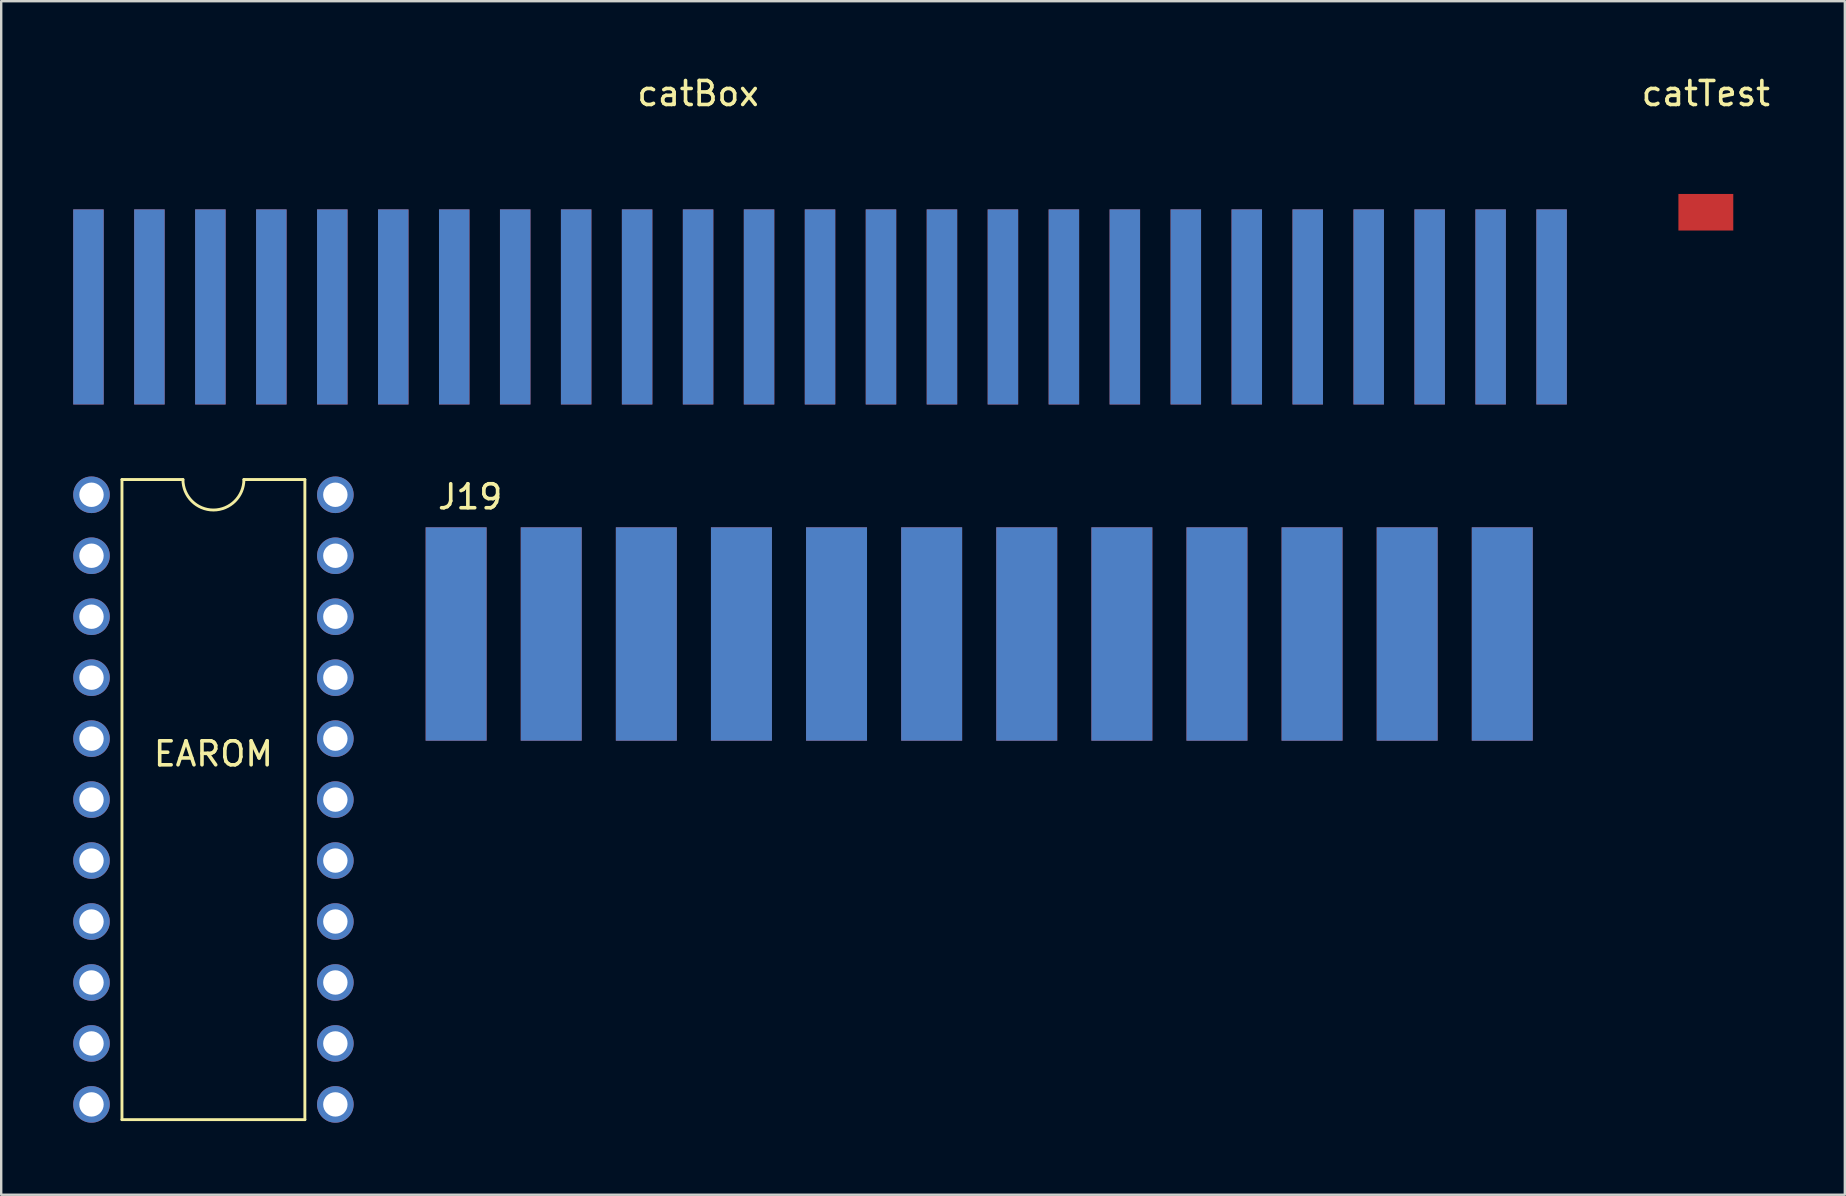
<source format=kicad_pcb>
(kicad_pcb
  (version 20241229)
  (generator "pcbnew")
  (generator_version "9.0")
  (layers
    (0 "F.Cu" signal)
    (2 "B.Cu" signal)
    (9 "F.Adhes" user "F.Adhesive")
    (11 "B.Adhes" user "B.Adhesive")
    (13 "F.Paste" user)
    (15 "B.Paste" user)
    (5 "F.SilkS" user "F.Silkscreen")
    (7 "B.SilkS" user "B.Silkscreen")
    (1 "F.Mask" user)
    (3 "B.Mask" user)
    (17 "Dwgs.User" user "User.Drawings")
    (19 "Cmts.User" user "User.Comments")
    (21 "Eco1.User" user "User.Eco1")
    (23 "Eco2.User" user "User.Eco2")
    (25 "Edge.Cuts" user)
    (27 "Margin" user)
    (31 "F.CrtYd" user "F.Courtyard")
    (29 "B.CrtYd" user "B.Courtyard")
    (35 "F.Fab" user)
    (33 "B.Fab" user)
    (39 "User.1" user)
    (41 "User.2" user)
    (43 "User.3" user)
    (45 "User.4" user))
  (footprint "EAROM"
    (layer "F.Cu")
    (at 5.842 30.264)
    (property "Reference" "EAROM" (at 0 -1.905 0) (unlocked yes) (layer "F.SilkS") (effects (font (size 1 1) (thickness 0.15))))
    (attr smd)
    (fp_line (start -3.81 -13.335) (end -1.27 -13.335) (stroke (width 0.12) (type solid)) (layer "F.SilkS"))
    (fp_line (start -3.81 13.335) (end -3.81 -13.335) (stroke (width 0.12) (type solid)) (layer "F.SilkS"))
    (fp_line (start 3.81 -13.335) (end 1.27 -13.335) (stroke (width 0.12) (type solid)) (layer "F.SilkS"))
    (fp_line (start 3.81 -13.335) (end 3.81 13.335) (stroke (width 0.12) (type solid)) (layer "F.SilkS"))
    (fp_line (start 3.81 13.335) (end -3.81 13.335) (stroke (width 0.12) (type solid)) (layer "F.SilkS"))
    (fp_arc (start 1.27 -13.335) (mid 0 -12.065) (end -1.27 -13.335) (stroke (width 0.12) (type solid)) (layer "F.SilkS"))
    (pad "1" thru_hole circle (at -5.08 -12.7) (size 1.524 1.524) (drill 1.016) (layers "*.Cu" "*.Mask"))
    (pad "2" thru_hole circle (at -5.08 -10.16) (size 1.524 1.524) (drill 1.016) (layers "*.Cu" "*.Mask"))
    (pad "3" thru_hole circle (at -5.08 -7.62) (size 1.524 1.524) (drill 1.016) (layers "*.Cu" "*.Mask"))
    (pad "4" thru_hole circle (at -5.08 -5.08) (size 1.524 1.524) (drill 1.016) (layers "*.Cu" "*.Mask"))
    (pad "5" thru_hole circle (at -5.08 -2.54) (size 1.524 1.524) (drill 1.016) (layers "*.Cu" "*.Mask"))
    (pad "6" thru_hole circle (at -5.08 0) (size 1.524 1.524) (drill 1.016) (layers "*.Cu" "*.Mask"))
    (pad "7" thru_hole circle (at -5.08 2.54) (size 1.524 1.524) (drill 1.016) (layers "*.Cu" "*.Mask"))
    (pad "8" thru_hole circle (at -5.08 5.08) (size 1.524 1.524) (drill 1.016) (layers "*.Cu" "*.Mask"))
    (pad "9" thru_hole circle (at -5.08 7.62) (size 1.524 1.524) (drill 1.016) (layers "*.Cu" "*.Mask"))
    (pad "10" thru_hole circle (at -5.08 10.16) (size 1.524 1.524) (drill 1.016) (layers "*.Cu" "*.Mask"))
    (pad "11" thru_hole circle (at -5.08 12.7) (size 1.524 1.524) (drill 1.016) (layers "*.Cu" "*.Mask"))
    (pad "12" thru_hole circle (at 5.08 12.7) (size 1.524 1.524) (drill 1.016) (layers "*.Cu" "*.Mask"))
    (pad "13" thru_hole circle (at 5.08 10.16) (size 1.524 1.524) (drill 1.016) (layers "*.Cu" "*.Mask"))
    (pad "14" thru_hole circle (at 5.08 7.62) (size 1.524 1.524) (drill 1.016) (layers "*.Cu" "*.Mask"))
    (pad "15" thru_hole circle (at 5.08 5.08) (size 1.524 1.524) (drill 1.016) (layers "*.Cu" "*.Mask"))
    (pad "16" thru_hole circle (at 5.08 2.54) (size 1.524 1.524) (drill 1.016) (layers "*.Cu" "*.Mask"))
    (pad "17" thru_hole circle (at 5.08 0) (size 1.524 1.524) (drill 1.016) (layers "*.Cu" "*.Mask"))
    (pad "18" thru_hole circle (at 5.08 -2.54) (size 1.524 1.524) (drill 1.016) (layers "*.Cu" "*.Mask"))
    (pad "19" thru_hole circle (at 5.08 -5.08) (size 1.524 1.524) (drill 1.016) (layers "*.Cu" "*.Mask"))
    (pad "20" thru_hole circle (at 5.08 -7.62) (size 1.524 1.524) (drill 1.016) (layers "*.Cu" "*.Mask"))
    (pad "21" thru_hole circle (at 5.08 -10.16) (size 1.524 1.524) (drill 1.016) (layers "*.Cu" "*.Mask"))
    (pad "22" thru_hole circle (at 5.08 -12.7) (size 1.524 1.524) (drill 1.016) (layers "*.Cu" "*.Mask")))
  (footprint "catBox"
    (layer "F.Cu")
    (at 31.115 9.738)
    (property "Reference" "catBox" (at -5.08 -8.89 0) (unlocked yes) (layer "F.SilkS") (effects (font (size 1 1) (thickness 0.15))))
    (attr smd)
    (pad "1" connect rect (at 30.48 0) (size 1.27 8.128) (layers "B.Cu" "B.Mask"))
    (pad "2" connect rect (at 30.48 0) (size 1.27 8.128) (layers "F.Cu" "F.Mask"))
    (pad "3" connect rect (at 27.94 0) (size 1.27 8.128) (layers "B.Cu" "B.Mask"))
    (pad "4" connect rect (at 27.94 0) (size 1.27 8.128) (layers "F.Cu" "F.Mask"))
    (pad "5" connect rect (at 25.4 0) (size 1.27 8.128) (layers "B.Cu" "B.Mask"))
    (pad "6" connect rect (at 25.4 0) (size 1.27 8.128) (layers "F.Cu" "F.Mask"))
    (pad "7" connect rect (at 22.86 0) (size 1.27 8.128) (layers "B.Cu" "B.Mask"))
    (pad "8" connect rect (at 22.86 0) (size 1.27 8.128) (layers "F.Cu" "F.Mask"))
    (pad "9" connect rect (at 20.32 0) (size 1.27 8.128) (layers "B.Cu" "B.Mask"))
    (pad "10" connect rect (at 20.32 0) (size 1.27 8.128) (layers "F.Cu" "F.Mask"))
    (pad "11" connect rect (at 17.78 0) (size 1.27 8.128) (layers "B.Cu" "B.Mask"))
    (pad "12" connect rect (at 17.78 0) (size 1.27 8.128) (layers "F.Cu" "F.Mask"))
    (pad "13" connect rect (at 15.24 0) (size 1.27 8.128) (layers "B.Cu" "B.Mask"))
    (pad "14" connect rect (at 15.24 0) (size 1.27 8.128) (layers "F.Cu" "F.Mask"))
    (pad "15" connect rect (at 12.7 0) (size 1.27 8.128) (layers "B.Cu" "B.Mask"))
    (pad "16" connect rect (at 12.7 0) (size 1.27 8.128) (layers "F.Cu" "F.Mask"))
    (pad "17" connect rect (at 10.16 0) (size 1.27 8.128) (layers "B.Cu" "B.Mask"))
    (pad "18" connect rect (at 10.16 0) (size 1.27 8.128) (layers "F.Cu" "F.Mask"))
    (pad "19" connect rect (at 7.62 0) (size 1.27 8.128) (layers "B.Cu" "B.Mask"))
    (pad "20" connect rect (at 7.62 0) (size 1.27 8.128) (layers "F.Cu" "F.Mask"))
    (pad "21" connect rect (at 5.08 0) (size 1.27 8.128) (layers "B.Cu" "B.Mask"))
    (pad "22" connect rect (at 5.08 0) (size 1.27 8.128) (layers "F.Cu" "F.Mask"))
    (pad "23" connect rect (at 2.54 0) (size 1.27 8.128) (layers "B.Cu" "B.Mask"))
    (pad "24" connect rect (at 2.54 0) (size 1.27 8.128) (layers "F.Cu" "F.Mask"))
    (pad "25" connect rect (at 0 0) (size 1.27 8.128) (layers "B.Cu" "B.Mask"))
    (pad "26" connect rect (at 0 0) (size 1.27 8.128) (layers "F.Cu" "F.Mask"))
    (pad "27" connect rect (at -2.54 0) (size 1.27 8.128) (layers "B.Cu" "B.Mask"))
    (pad "28" connect rect (at -2.54 0) (size 1.27 8.128) (layers "F.Cu" "F.Mask"))
    (pad "29" connect rect (at -5.08 0) (size 1.27 8.128) (layers "B.Cu" "B.Mask"))
    (pad "30" connect rect (at -5.08 0) (size 1.27 8.128) (layers "F.Cu" "F.Mask"))
    (pad "31" connect rect (at -7.62 0) (size 1.27 8.128) (layers "B.Cu" "B.Mask"))
    (pad "32" connect rect (at -7.62 0) (size 1.27 8.128) (layers "F.Cu" "F.Mask"))
    (pad "33" connect rect (at -10.16 0) (size 1.27 8.128) (layers "B.Cu" "B.Mask"))
    (pad "34" connect rect (at -10.16 0) (size 1.27 8.128) (layers "F.Cu" "F.Mask"))
    (pad "35" connect rect (at -12.7 0) (size 1.27 8.128) (layers "B.Cu" "B.Mask"))
    (pad "36" connect rect (at -12.7 0) (size 1.27 8.128) (layers "F.Cu" "F.Mask"))
    (pad "37" connect rect (at -15.24 0) (size 1.27 8.128) (layers "B.Cu" "B.Mask"))
    (pad "38" connect rect (at -15.24 0) (size 1.27 8.128) (layers "F.Cu" "F.Mask"))
    (pad "39" connect rect (at -17.78 0) (size 1.27 8.128) (layers "B.Cu" "B.Mask"))
    (pad "40" connect rect (at -17.78 0) (size 1.27 8.128) (layers "F.Cu" "F.Mask"))
    (pad "41" connect rect (at -20.32 0) (size 1.27 8.128) (layers "B.Cu" "B.Mask"))
    (pad "42" connect rect (at -20.32 0) (size 1.27 8.128) (layers "F.Cu" "F.Mask"))
    (pad "43" connect rect (at -22.86 0) (size 1.27 8.128) (layers "B.Cu" "B.Mask"))
    (pad "44" connect rect (at -22.86 0) (size 1.27 8.128) (layers "F.Cu" "F.Mask"))
    (pad "45" connect rect (at -25.4 0) (size 1.27 8.128) (layers "B.Cu" "B.Mask"))
    (pad "46" connect rect (at -25.4 0) (size 1.27 8.128) (layers "F.Cu" "F.Mask"))
    (pad "47" connect rect (at -27.94 0) (size 1.27 8.128) (layers "B.Cu" "B.Mask"))
    (pad "48" connect rect (at -27.94 0) (size 1.27 8.128) (layers "F.Cu" "F.Mask"))
    (pad "49" connect rect (at -30.48 0) (size 1.27 8.128) (layers "B.Cu" "B.Mask"))
    (pad "50" connect rect (at -30.48 0) (size 1.27 8.128) (layers "F.Cu" "F.Mask")))
  (footprint "catTest"
    (layer "F.Cu")
    (at 68.022 1.348)
    (property "Reference" "catTest" (at 0 -0.5 0) (unlocked yes) (layer "F.SilkS") (effects (font (size 1 1) (thickness 0.15))))
    (attr smd)
    (pad "1" connect rect (at 0 4.445) (size 2.286 1.524) (layers "F.Cu" "F.Mask")))
  (footprint "J19"
    (layer "F.Cu")
    (at 37.493 22.73)
    (property "Reference" "J19" (at -20.955 -5.08 0) (unlocked yes) (layer "F.SilkS") (effects (font (size 1 1) (thickness 0.15))))
    (attr smd)
    (pad "1" smd rect (at -21.539 0.635) (size 2.54 8.89) (layers "F.Mask" "B.Cu" "F.Paste"))
    (pad "2" smd rect (at -17.577 0.635) (size 2.54 8.89) (layers "F.Mask" "B.Cu" "F.Paste"))
    (pad "3" smd rect (at -13.614 0.635) (size 2.54 8.89) (layers "F.Mask" "B.Cu" "F.Paste"))
    (pad "4" smd rect (at -9.652 0.635) (size 2.54 8.89) (layers "F.Mask" "B.Cu" "F.Paste"))
    (pad "5" smd rect (at -5.69 0.635) (size 2.54 8.89) (layers "F.Mask" "B.Cu" "F.Paste"))
    (pad "6" smd rect (at -1.727 0.635) (size 2.54 8.89) (layers "F.Mask" "B.Cu" "F.Paste"))
    (pad "7" smd rect (at 2.235 0.635) (size 2.54 8.89) (layers "F.Mask" "B.Cu" "F.Paste"))
    (pad "8" smd rect (at 6.198 0.635) (size 2.54 8.89) (layers "F.Mask" "B.Cu" "F.Paste"))
    (pad "9" smd rect (at 10.16 0.635) (size 2.54 8.89) (layers "F.Mask" "B.Cu" "F.Paste"))
    (pad "10" smd rect (at 14.122 0.635) (size 2.54 8.89) (layers "F.Mask" "B.Cu" "F.Paste"))
    (pad "11" smd rect (at 18.085 0.635) (size 2.54 8.89) (layers "F.Mask" "B.Cu" "F.Paste"))
    (pad "12" smd rect (at 22.047 0.635) (size 2.54 8.89) (layers "F.Mask" "B.Cu" "F.Paste"))
    (pad "A" smd rect (at -21.539 0.635) (size 2.54 8.89) (layers "F.Cu" "F.Mask" "F.Paste"))
    (pad "B" smd rect (at -17.577 0.635) (size 2.54 8.89) (layers "F.Cu" "F.Mask" "F.Paste"))
    (pad "C" smd rect (at -13.614 0.635) (size 2.54 8.89) (layers "F.Cu" "F.Mask" "F.Paste"))
    (pad "D" smd rect (at -9.652 0.635) (size 2.54 8.89) (layers "F.Cu" "F.Mask" "F.Paste"))
    (pad "E" smd rect (at -5.69 0.635) (size 2.54 8.89) (layers "F.Cu" "F.Mask" "F.Paste"))
    (pad "F" smd rect (at -1.727 0.635) (size 2.54 8.89) (layers "F.Cu" "F.Mask" "F.Paste"))
    (pad "H" smd rect (at 2.235 0.635) (size 2.54 8.89) (layers "F.Cu" "F.Mask" "F.Paste"))
    (pad "J" smd rect (at 6.198 0.635) (size 2.54 8.89) (layers "F.Cu" "F.Mask" "F.Paste"))
    (pad "K" smd rect (at 10.16 0.635) (size 2.54 8.89) (layers "F.Cu" "F.Mask" "F.Paste"))
    (pad "L" smd rect (at 14.122 0.635) (size 2.54 8.89) (layers "F.Cu" "F.Mask" "F.Paste"))
    (pad "M" smd rect (at 18.085 0.635) (size 2.54 8.89) (layers "F.Cu" "F.Mask" "F.Paste"))
    (pad "N" smd rect (at 22.047 0.635) (size 2.54 8.89) (layers "F.Cu" "F.Mask" "F.Paste")))
  (gr_rect
    (start -3 -3)
    (end 73.813 46.726)
    (stroke (width 0.1) (type default))
    (fill no)
    (layer "Edge.Cuts")))
</source>
